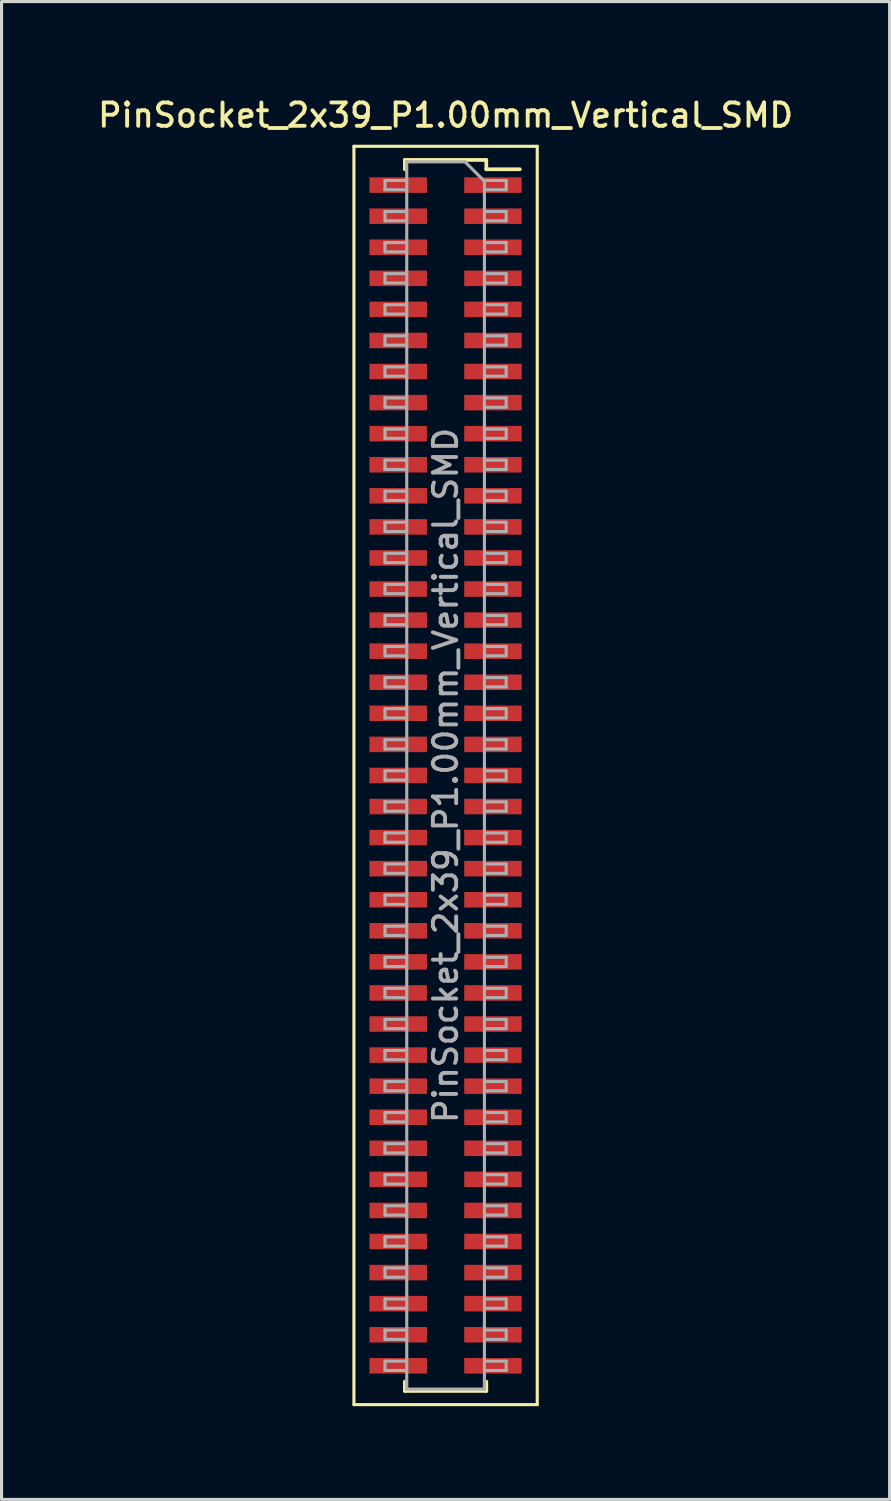
<source format=kicad_pcb>
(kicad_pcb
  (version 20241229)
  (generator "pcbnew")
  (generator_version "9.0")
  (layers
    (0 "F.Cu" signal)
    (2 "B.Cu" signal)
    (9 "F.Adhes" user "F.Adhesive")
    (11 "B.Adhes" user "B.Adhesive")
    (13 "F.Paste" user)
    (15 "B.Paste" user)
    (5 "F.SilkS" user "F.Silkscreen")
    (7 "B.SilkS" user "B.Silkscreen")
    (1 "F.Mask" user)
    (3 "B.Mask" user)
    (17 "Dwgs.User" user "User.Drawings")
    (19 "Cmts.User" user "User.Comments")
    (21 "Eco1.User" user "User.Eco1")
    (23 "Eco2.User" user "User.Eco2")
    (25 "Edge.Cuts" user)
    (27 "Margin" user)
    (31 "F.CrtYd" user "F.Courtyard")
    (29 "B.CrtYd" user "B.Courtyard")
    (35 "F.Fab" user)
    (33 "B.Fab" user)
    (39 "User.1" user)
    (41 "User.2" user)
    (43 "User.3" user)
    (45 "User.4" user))
  (footprint "PinSocket_2x39_P1.00mm_Vertical_SMD"
    (layer "F.Cu")
    (at 11.291 21.908)
    (property "Reference" "PinSocket_2x39_P1.00mm_Vertical_SMD" (at 0 -21.25 0) (layer "F.SilkS") (effects (font (size 0.75 0.75) (thickness 0.125))))
    (attr smd)
    (fp_line (start -2.95 -20.25) (end 2.95 -20.25) (stroke (width 0.1) (type solid)) (layer "F.SilkS"))
    (fp_line (start -2.95 20.25) (end -2.95 -20.25) (stroke (width 0.1) (type solid)) (layer "F.SilkS"))
    (fp_line (start -1.31 -19.81) (end -1.31 -19.51) (stroke (width 0.12) (type solid)) (layer "F.SilkS"))
    (fp_line (start -1.31 -19.81) (end 1.31 -19.81) (stroke (width 0.12) (type solid)) (layer "F.SilkS"))
    (fp_line (start -1.31 19.51) (end -1.31 19.81) (stroke (width 0.12) (type solid)) (layer "F.SilkS"))
    (fp_line (start -1.31 19.81) (end 1.31 19.81) (stroke (width 0.12) (type solid)) (layer "F.SilkS"))
    (fp_line (start 1.31 -19.81) (end 1.31 -19.51) (stroke (width 0.12) (type solid)) (layer "F.SilkS"))
    (fp_line (start 1.31 -19.51) (end 2.39 -19.51) (stroke (width 0.12) (type solid)) (layer "F.SilkS"))
    (fp_line (start 1.31 19.51) (end 1.31 19.81) (stroke (width 0.12) (type solid)) (layer "F.SilkS"))
    (fp_line (start 2.95 -20.25) (end 2.95 20.25) (stroke (width 0.1) (type solid)) (layer "F.SilkS"))
    (fp_line (start 2.95 20.25) (end -2.95 20.25) (stroke (width 0.1) (type solid)) (layer "F.SilkS"))
    (fp_line (start -1.95 -19.15) (end -1.25 -19.15) (stroke (width 0.1) (type solid)) (layer "F.Fab"))
    (fp_line (start -1.95 -18.85) (end -1.95 -19.15) (stroke (width 0.1) (type solid)) (layer "F.Fab"))
    (fp_line (start -1.95 -18.15) (end -1.25 -18.15) (stroke (width 0.1) (type solid)) (layer "F.Fab"))
    (fp_line (start -1.95 -17.85) (end -1.95 -18.15) (stroke (width 0.1) (type solid)) (layer "F.Fab"))
    (fp_line (start -1.95 -17.15) (end -1.25 -17.15) (stroke (width 0.1) (type solid)) (layer "F.Fab"))
    (fp_line (start -1.95 -16.85) (end -1.95 -17.15) (stroke (width 0.1) (type solid)) (layer "F.Fab"))
    (fp_line (start -1.95 -16.15) (end -1.25 -16.15) (stroke (width 0.1) (type solid)) (layer "F.Fab"))
    (fp_line (start -1.95 -15.85) (end -1.95 -16.15) (stroke (width 0.1) (type solid)) (layer "F.Fab"))
    (fp_line (start -1.95 -15.15) (end -1.25 -15.15) (stroke (width 0.1) (type solid)) (layer "F.Fab"))
    (fp_line (start -1.95 -14.85) (end -1.95 -15.15) (stroke (width 0.1) (type solid)) (layer "F.Fab"))
    (fp_line (start -1.95 -14.15) (end -1.25 -14.15) (stroke (width 0.1) (type solid)) (layer "F.Fab"))
    (fp_line (start -1.95 -13.85) (end -1.95 -14.15) (stroke (width 0.1) (type solid)) (layer "F.Fab"))
    (fp_line (start -1.95 -13.15) (end -1.25 -13.15) (stroke (width 0.1) (type solid)) (layer "F.Fab"))
    (fp_line (start -1.95 -12.85) (end -1.95 -13.15) (stroke (width 0.1) (type solid)) (layer "F.Fab"))
    (fp_line (start -1.95 -12.15) (end -1.25 -12.15) (stroke (width 0.1) (type solid)) (layer "F.Fab"))
    (fp_line (start -1.95 -11.85) (end -1.95 -12.15) (stroke (width 0.1) (type solid)) (layer "F.Fab"))
    (fp_line (start -1.95 -11.15) (end -1.25 -11.15) (stroke (width 0.1) (type solid)) (layer "F.Fab"))
    (fp_line (start -1.95 -10.85) (end -1.95 -11.15) (stroke (width 0.1) (type solid)) (layer "F.Fab"))
    (fp_line (start -1.95 -10.15) (end -1.25 -10.15) (stroke (width 0.1) (type solid)) (layer "F.Fab"))
    (fp_line (start -1.95 -9.85) (end -1.95 -10.15) (stroke (width 0.1) (type solid)) (layer "F.Fab"))
    (fp_line (start -1.95 -9.15) (end -1.25 -9.15) (stroke (width 0.1) (type solid)) (layer "F.Fab"))
    (fp_line (start -1.95 -8.85) (end -1.95 -9.15) (stroke (width 0.1) (type solid)) (layer "F.Fab"))
    (fp_line (start -1.95 -8.15) (end -1.25 -8.15) (stroke (width 0.1) (type solid)) (layer "F.Fab"))
    (fp_line (start -1.95 -7.85) (end -1.95 -8.15) (stroke (width 0.1) (type solid)) (layer "F.Fab"))
    (fp_line (start -1.95 -7.15) (end -1.25 -7.15) (stroke (width 0.1) (type solid)) (layer "F.Fab"))
    (fp_line (start -1.95 -6.85) (end -1.95 -7.15) (stroke (width 0.1) (type solid)) (layer "F.Fab"))
    (fp_line (start -1.95 -6.15) (end -1.25 -6.15) (stroke (width 0.1) (type solid)) (layer "F.Fab"))
    (fp_line (start -1.95 -5.85) (end -1.95 -6.15) (stroke (width 0.1) (type solid)) (layer "F.Fab"))
    (fp_line (start -1.95 -5.15) (end -1.25 -5.15) (stroke (width 0.1) (type solid)) (layer "F.Fab"))
    (fp_line (start -1.95 -4.85) (end -1.95 -5.15) (stroke (width 0.1) (type solid)) (layer "F.Fab"))
    (fp_line (start -1.95 -4.15) (end -1.25 -4.15) (stroke (width 0.1) (type solid)) (layer "F.Fab"))
    (fp_line (start -1.95 -3.85) (end -1.95 -4.15) (stroke (width 0.1) (type solid)) (layer "F.Fab"))
    (fp_line (start -1.95 -3.15) (end -1.25 -3.15) (stroke (width 0.1) (type solid)) (layer "F.Fab"))
    (fp_line (start -1.95 -2.85) (end -1.95 -3.15) (stroke (width 0.1) (type solid)) (layer "F.Fab"))
    (fp_line (start -1.95 -2.15) (end -1.25 -2.15) (stroke (width 0.1) (type solid)) (layer "F.Fab"))
    (fp_line (start -1.95 -1.85) (end -1.95 -2.15) (stroke (width 0.1) (type solid)) (layer "F.Fab"))
    (fp_line (start -1.95 -1.15) (end -1.25 -1.15) (stroke (width 0.1) (type solid)) (layer "F.Fab"))
    (fp_line (start -1.95 -0.85) (end -1.95 -1.15) (stroke (width 0.1) (type solid)) (layer "F.Fab"))
    (fp_line (start -1.95 -0.15) (end -1.25 -0.15) (stroke (width 0.1) (type solid)) (layer "F.Fab"))
    (fp_line (start -1.95 0.15) (end -1.95 -0.15) (stroke (width 0.1) (type solid)) (layer "F.Fab"))
    (fp_line (start -1.95 0.85) (end -1.25 0.85) (stroke (width 0.1) (type solid)) (layer "F.Fab"))
    (fp_line (start -1.95 1.15) (end -1.95 0.85) (stroke (width 0.1) (type solid)) (layer "F.Fab"))
    (fp_line (start -1.95 1.85) (end -1.25 1.85) (stroke (width 0.1) (type solid)) (layer "F.Fab"))
    (fp_line (start -1.95 2.15) (end -1.95 1.85) (stroke (width 0.1) (type solid)) (layer "F.Fab"))
    (fp_line (start -1.95 2.85) (end -1.25 2.85) (stroke (width 0.1) (type solid)) (layer "F.Fab"))
    (fp_line (start -1.95 3.15) (end -1.95 2.85) (stroke (width 0.1) (type solid)) (layer "F.Fab"))
    (fp_line (start -1.95 3.85) (end -1.25 3.85) (stroke (width 0.1) (type solid)) (layer "F.Fab"))
    (fp_line (start -1.95 4.15) (end -1.95 3.85) (stroke (width 0.1) (type solid)) (layer "F.Fab"))
    (fp_line (start -1.95 4.85) (end -1.25 4.85) (stroke (width 0.1) (type solid)) (layer "F.Fab"))
    (fp_line (start -1.95 5.15) (end -1.95 4.85) (stroke (width 0.1) (type solid)) (layer "F.Fab"))
    (fp_line (start -1.95 5.85) (end -1.25 5.85) (stroke (width 0.1) (type solid)) (layer "F.Fab"))
    (fp_line (start -1.95 6.15) (end -1.95 5.85) (stroke (width 0.1) (type solid)) (layer "F.Fab"))
    (fp_line (start -1.95 6.85) (end -1.25 6.85) (stroke (width 0.1) (type solid)) (layer "F.Fab"))
    (fp_line (start -1.95 7.15) (end -1.95 6.85) (stroke (width 0.1) (type solid)) (layer "F.Fab"))
    (fp_line (start -1.95 7.85) (end -1.25 7.85) (stroke (width 0.1) (type solid)) (layer "F.Fab"))
    (fp_line (start -1.95 8.15) (end -1.95 7.85) (stroke (width 0.1) (type solid)) (layer "F.Fab"))
    (fp_line (start -1.95 8.85) (end -1.25 8.85) (stroke (width 0.1) (type solid)) (layer "F.Fab"))
    (fp_line (start -1.95 9.15) (end -1.95 8.85) (stroke (width 0.1) (type solid)) (layer "F.Fab"))
    (fp_line (start -1.95 9.85) (end -1.25 9.85) (stroke (width 0.1) (type solid)) (layer "F.Fab"))
    (fp_line (start -1.95 10.15) (end -1.95 9.85) (stroke (width 0.1) (type solid)) (layer "F.Fab"))
    (fp_line (start -1.95 10.85) (end -1.25 10.85) (stroke (width 0.1) (type solid)) (layer "F.Fab"))
    (fp_line (start -1.95 11.15) (end -1.95 10.85) (stroke (width 0.1) (type solid)) (layer "F.Fab"))
    (fp_line (start -1.95 11.85) (end -1.25 11.85) (stroke (width 0.1) (type solid)) (layer "F.Fab"))
    (fp_line (start -1.95 12.15) (end -1.95 11.85) (stroke (width 0.1) (type solid)) (layer "F.Fab"))
    (fp_line (start -1.95 12.85) (end -1.25 12.85) (stroke (width 0.1) (type solid)) (layer "F.Fab"))
    (fp_line (start -1.95 13.15) (end -1.95 12.85) (stroke (width 0.1) (type solid)) (layer "F.Fab"))
    (fp_line (start -1.95 13.85) (end -1.25 13.85) (stroke (width 0.1) (type solid)) (layer "F.Fab"))
    (fp_line (start -1.95 14.15) (end -1.95 13.85) (stroke (width 0.1) (type solid)) (layer "F.Fab"))
    (fp_line (start -1.95 14.85) (end -1.25 14.85) (stroke (width 0.1) (type solid)) (layer "F.Fab"))
    (fp_line (start -1.95 15.15) (end -1.95 14.85) (stroke (width 0.1) (type solid)) (layer "F.Fab"))
    (fp_line (start -1.95 15.85) (end -1.25 15.85) (stroke (width 0.1) (type solid)) (layer "F.Fab"))
    (fp_line (start -1.95 16.15) (end -1.95 15.85) (stroke (width 0.1) (type solid)) (layer "F.Fab"))
    (fp_line (start -1.95 16.85) (end -1.25 16.85) (stroke (width 0.1) (type solid)) (layer "F.Fab"))
    (fp_line (start -1.95 17.15) (end -1.95 16.85) (stroke (width 0.1) (type solid)) (layer "F.Fab"))
    (fp_line (start -1.95 17.85) (end -1.25 17.85) (stroke (width 0.1) (type solid)) (layer "F.Fab"))
    (fp_line (start -1.95 18.15) (end -1.95 17.85) (stroke (width 0.1) (type solid)) (layer "F.Fab"))
    (fp_line (start -1.95 18.85) (end -1.25 18.85) (stroke (width 0.1) (type solid)) (layer "F.Fab"))
    (fp_line (start -1.95 19.15) (end -1.95 18.85) (stroke (width 0.1) (type solid)) (layer "F.Fab"))
    (fp_line (start -1.25 -19.75) (end 0.625 -19.75) (stroke (width 0.1) (type solid)) (layer "F.Fab"))
    (fp_line (start -1.25 -18.85) (end -1.95 -18.85) (stroke (width 0.1) (type solid)) (layer "F.Fab"))
    (fp_line (start -1.25 -17.85) (end -1.95 -17.85) (stroke (width 0.1) (type solid)) (layer "F.Fab"))
    (fp_line (start -1.25 -16.85) (end -1.95 -16.85) (stroke (width 0.1) (type solid)) (layer "F.Fab"))
    (fp_line (start -1.25 -15.85) (end -1.95 -15.85) (stroke (width 0.1) (type solid)) (layer "F.Fab"))
    (fp_line (start -1.25 -14.85) (end -1.95 -14.85) (stroke (width 0.1) (type solid)) (layer "F.Fab"))
    (fp_line (start -1.25 -13.85) (end -1.95 -13.85) (stroke (width 0.1) (type solid)) (layer "F.Fab"))
    (fp_line (start -1.25 -12.85) (end -1.95 -12.85) (stroke (width 0.1) (type solid)) (layer "F.Fab"))
    (fp_line (start -1.25 -11.85) (end -1.95 -11.85) (stroke (width 0.1) (type solid)) (layer "F.Fab"))
    (fp_line (start -1.25 -10.85) (end -1.95 -10.85) (stroke (width 0.1) (type solid)) (layer "F.Fab"))
    (fp_line (start -1.25 -9.85) (end -1.95 -9.85) (stroke (width 0.1) (type solid)) (layer "F.Fab"))
    (fp_line (start -1.25 -8.85) (end -1.95 -8.85) (stroke (width 0.1) (type solid)) (layer "F.Fab"))
    (fp_line (start -1.25 -7.85) (end -1.95 -7.85) (stroke (width 0.1) (type solid)) (layer "F.Fab"))
    (fp_line (start -1.25 -6.85) (end -1.95 -6.85) (stroke (width 0.1) (type solid)) (layer "F.Fab"))
    (fp_line (start -1.25 -5.85) (end -1.95 -5.85) (stroke (width 0.1) (type solid)) (layer "F.Fab"))
    (fp_line (start -1.25 -4.85) (end -1.95 -4.85) (stroke (width 0.1) (type solid)) (layer "F.Fab"))
    (fp_line (start -1.25 -3.85) (end -1.95 -3.85) (stroke (width 0.1) (type solid)) (layer "F.Fab"))
    (fp_line (start -1.25 -2.85) (end -1.95 -2.85) (stroke (width 0.1) (type solid)) (layer "F.Fab"))
    (fp_line (start -1.25 -1.85) (end -1.95 -1.85) (stroke (width 0.1) (type solid)) (layer "F.Fab"))
    (fp_line (start -1.25 -0.85) (end -1.95 -0.85) (stroke (width 0.1) (type solid)) (layer "F.Fab"))
    (fp_line (start -1.25 0.15) (end -1.95 0.15) (stroke (width 0.1) (type solid)) (layer "F.Fab"))
    (fp_line (start -1.25 1.15) (end -1.95 1.15) (stroke (width 0.1) (type solid)) (layer "F.Fab"))
    (fp_line (start -1.25 2.15) (end -1.95 2.15) (stroke (width 0.1) (type solid)) (layer "F.Fab"))
    (fp_line (start -1.25 3.15) (end -1.95 3.15) (stroke (width 0.1) (type solid)) (layer "F.Fab"))
    (fp_line (start -1.25 4.15) (end -1.95 4.15) (stroke (width 0.1) (type solid)) (layer "F.Fab"))
    (fp_line (start -1.25 5.15) (end -1.95 5.15) (stroke (width 0.1) (type solid)) (layer "F.Fab"))
    (fp_line (start -1.25 6.15) (end -1.95 6.15) (stroke (width 0.1) (type solid)) (layer "F.Fab"))
    (fp_line (start -1.25 7.15) (end -1.95 7.15) (stroke (width 0.1) (type solid)) (layer "F.Fab"))
    (fp_line (start -1.25 8.15) (end -1.95 8.15) (stroke (width 0.1) (type solid)) (layer "F.Fab"))
    (fp_line (start -1.25 9.15) (end -1.95 9.15) (stroke (width 0.1) (type solid)) (layer "F.Fab"))
    (fp_line (start -1.25 10.15) (end -1.95 10.15) (stroke (width 0.1) (type solid)) (layer "F.Fab"))
    (fp_line (start -1.25 11.15) (end -1.95 11.15) (stroke (width 0.1) (type solid)) (layer "F.Fab"))
    (fp_line (start -1.25 12.15) (end -1.95 12.15) (stroke (width 0.1) (type solid)) (layer "F.Fab"))
    (fp_line (start -1.25 13.15) (end -1.95 13.15) (stroke (width 0.1) (type solid)) (layer "F.Fab"))
    (fp_line (start -1.25 14.15) (end -1.95 14.15) (stroke (width 0.1) (type solid)) (layer "F.Fab"))
    (fp_line (start -1.25 15.15) (end -1.95 15.15) (stroke (width 0.1) (type solid)) (layer "F.Fab"))
    (fp_line (start -1.25 16.15) (end -1.95 16.15) (stroke (width 0.1) (type solid)) (layer "F.Fab"))
    (fp_line (start -1.25 17.15) (end -1.95 17.15) (stroke (width 0.1) (type solid)) (layer "F.Fab"))
    (fp_line (start -1.25 18.15) (end -1.95 18.15) (stroke (width 0.1) (type solid)) (layer "F.Fab"))
    (fp_line (start -1.25 19.15) (end -1.95 19.15) (stroke (width 0.1) (type solid)) (layer "F.Fab"))
    (fp_line (start -1.25 19.75) (end -1.25 -19.75) (stroke (width 0.1) (type solid)) (layer "F.Fab"))
    (fp_line (start 0.625 -19.75) (end 1.25 -19.125) (stroke (width 0.1) (type solid)) (layer "F.Fab"))
    (fp_line (start 1.25 -19.15) (end 1.95 -19.15) (stroke (width 0.1) (type solid)) (layer "F.Fab"))
    (fp_line (start 1.25 -19.125) (end 1.25 19.75) (stroke (width 0.1) (type solid)) (layer "F.Fab"))
    (fp_line (start 1.25 -18.15) (end 1.95 -18.15) (stroke (width 0.1) (type solid)) (layer "F.Fab"))
    (fp_line (start 1.25 -17.15) (end 1.95 -17.15) (stroke (width 0.1) (type solid)) (layer "F.Fab"))
    (fp_line (start 1.25 -16.15) (end 1.95 -16.15) (stroke (width 0.1) (type solid)) (layer "F.Fab"))
    (fp_line (start 1.25 -15.15) (end 1.95 -15.15) (stroke (width 0.1) (type solid)) (layer "F.Fab"))
    (fp_line (start 1.25 -14.15) (end 1.95 -14.15) (stroke (width 0.1) (type solid)) (layer "F.Fab"))
    (fp_line (start 1.25 -13.15) (end 1.95 -13.15) (stroke (width 0.1) (type solid)) (layer "F.Fab"))
    (fp_line (start 1.25 -12.15) (end 1.95 -12.15) (stroke (width 0.1) (type solid)) (layer "F.Fab"))
    (fp_line (start 1.25 -11.15) (end 1.95 -11.15) (stroke (width 0.1) (type solid)) (layer "F.Fab"))
    (fp_line (start 1.25 -10.15) (end 1.95 -10.15) (stroke (width 0.1) (type solid)) (layer "F.Fab"))
    (fp_line (start 1.25 -9.15) (end 1.95 -9.15) (stroke (width 0.1) (type solid)) (layer "F.Fab"))
    (fp_line (start 1.25 -8.15) (end 1.95 -8.15) (stroke (width 0.1) (type solid)) (layer "F.Fab"))
    (fp_line (start 1.25 -7.15) (end 1.95 -7.15) (stroke (width 0.1) (type solid)) (layer "F.Fab"))
    (fp_line (start 1.25 -6.15) (end 1.95 -6.15) (stroke (width 0.1) (type solid)) (layer "F.Fab"))
    (fp_line (start 1.25 -5.15) (end 1.95 -5.15) (stroke (width 0.1) (type solid)) (layer "F.Fab"))
    (fp_line (start 1.25 -4.15) (end 1.95 -4.15) (stroke (width 0.1) (type solid)) (layer "F.Fab"))
    (fp_line (start 1.25 -3.15) (end 1.95 -3.15) (stroke (width 0.1) (type solid)) (layer "F.Fab"))
    (fp_line (start 1.25 -2.15) (end 1.95 -2.15) (stroke (width 0.1) (type solid)) (layer "F.Fab"))
    (fp_line (start 1.25 -1.15) (end 1.95 -1.15) (stroke (width 0.1) (type solid)) (layer "F.Fab"))
    (fp_line (start 1.25 -0.15) (end 1.95 -0.15) (stroke (width 0.1) (type solid)) (layer "F.Fab"))
    (fp_line (start 1.25 0.85) (end 1.95 0.85) (stroke (width 0.1) (type solid)) (layer "F.Fab"))
    (fp_line (start 1.25 1.85) (end 1.95 1.85) (stroke (width 0.1) (type solid)) (layer "F.Fab"))
    (fp_line (start 1.25 2.85) (end 1.95 2.85) (stroke (width 0.1) (type solid)) (layer "F.Fab"))
    (fp_line (start 1.25 3.85) (end 1.95 3.85) (stroke (width 0.1) (type solid)) (layer "F.Fab"))
    (fp_line (start 1.25 4.85) (end 1.95 4.85) (stroke (width 0.1) (type solid)) (layer "F.Fab"))
    (fp_line (start 1.25 5.85) (end 1.95 5.85) (stroke (width 0.1) (type solid)) (layer "F.Fab"))
    (fp_line (start 1.25 6.85) (end 1.95 6.85) (stroke (width 0.1) (type solid)) (layer "F.Fab"))
    (fp_line (start 1.25 7.85) (end 1.95 7.85) (stroke (width 0.1) (type solid)) (layer "F.Fab"))
    (fp_line (start 1.25 8.85) (end 1.95 8.85) (stroke (width 0.1) (type solid)) (layer "F.Fab"))
    (fp_line (start 1.25 9.85) (end 1.95 9.85) (stroke (width 0.1) (type solid)) (layer "F.Fab"))
    (fp_line (start 1.25 10.85) (end 1.95 10.85) (stroke (width 0.1) (type solid)) (layer "F.Fab"))
    (fp_line (start 1.25 11.85) (end 1.95 11.85) (stroke (width 0.1) (type solid)) (layer "F.Fab"))
    (fp_line (start 1.25 12.85) (end 1.95 12.85) (stroke (width 0.1) (type solid)) (layer "F.Fab"))
    (fp_line (start 1.25 13.85) (end 1.95 13.85) (stroke (width 0.1) (type solid)) (layer "F.Fab"))
    (fp_line (start 1.25 14.85) (end 1.95 14.85) (stroke (width 0.1) (type solid)) (layer "F.Fab"))
    (fp_line (start 1.25 15.85) (end 1.95 15.85) (stroke (width 0.1) (type solid)) (layer "F.Fab"))
    (fp_line (start 1.25 16.85) (end 1.95 16.85) (stroke (width 0.1) (type solid)) (layer "F.Fab"))
    (fp_line (start 1.25 17.85) (end 1.95 17.85) (stroke (width 0.1) (type solid)) (layer "F.Fab"))
    (fp_line (start 1.25 18.85) (end 1.95 18.85) (stroke (width 0.1) (type solid)) (layer "F.Fab"))
    (fp_line (start 1.25 19.75) (end -1.25 19.75) (stroke (width 0.1) (type solid)) (layer "F.Fab"))
    (fp_line (start 1.95 -19.15) (end 1.95 -18.85) (stroke (width 0.1) (type solid)) (layer "F.Fab"))
    (fp_line (start 1.95 -18.85) (end 1.25 -18.85) (stroke (width 0.1) (type solid)) (layer "F.Fab"))
    (fp_line (start 1.95 -18.15) (end 1.95 -17.85) (stroke (width 0.1) (type solid)) (layer "F.Fab"))
    (fp_line (start 1.95 -17.85) (end 1.25 -17.85) (stroke (width 0.1) (type solid)) (layer "F.Fab"))
    (fp_line (start 1.95 -17.15) (end 1.95 -16.85) (stroke (width 0.1) (type solid)) (layer "F.Fab"))
    (fp_line (start 1.95 -16.85) (end 1.25 -16.85) (stroke (width 0.1) (type solid)) (layer "F.Fab"))
    (fp_line (start 1.95 -16.15) (end 1.95 -15.85) (stroke (width 0.1) (type solid)) (layer "F.Fab"))
    (fp_line (start 1.95 -15.85) (end 1.25 -15.85) (stroke (width 0.1) (type solid)) (layer "F.Fab"))
    (fp_line (start 1.95 -15.15) (end 1.95 -14.85) (stroke (width 0.1) (type solid)) (layer "F.Fab"))
    (fp_line (start 1.95 -14.85) (end 1.25 -14.85) (stroke (width 0.1) (type solid)) (layer "F.Fab"))
    (fp_line (start 1.95 -14.15) (end 1.95 -13.85) (stroke (width 0.1) (type solid)) (layer "F.Fab"))
    (fp_line (start 1.95 -13.85) (end 1.25 -13.85) (stroke (width 0.1) (type solid)) (layer "F.Fab"))
    (fp_line (start 1.95 -13.15) (end 1.95 -12.85) (stroke (width 0.1) (type solid)) (layer "F.Fab"))
    (fp_line (start 1.95 -12.85) (end 1.25 -12.85) (stroke (width 0.1) (type solid)) (layer "F.Fab"))
    (fp_line (start 1.95 -12.15) (end 1.95 -11.85) (stroke (width 0.1) (type solid)) (layer "F.Fab"))
    (fp_line (start 1.95 -11.85) (end 1.25 -11.85) (stroke (width 0.1) (type solid)) (layer "F.Fab"))
    (fp_line (start 1.95 -11.15) (end 1.95 -10.85) (stroke (width 0.1) (type solid)) (layer "F.Fab"))
    (fp_line (start 1.95 -10.85) (end 1.25 -10.85) (stroke (width 0.1) (type solid)) (layer "F.Fab"))
    (fp_line (start 1.95 -10.15) (end 1.95 -9.85) (stroke (width 0.1) (type solid)) (layer "F.Fab"))
    (fp_line (start 1.95 -9.85) (end 1.25 -9.85) (stroke (width 0.1) (type solid)) (layer "F.Fab"))
    (fp_line (start 1.95 -9.15) (end 1.95 -8.85) (stroke (width 0.1) (type solid)) (layer "F.Fab"))
    (fp_line (start 1.95 -8.85) (end 1.25 -8.85) (stroke (width 0.1) (type solid)) (layer "F.Fab"))
    (fp_line (start 1.95 -8.15) (end 1.95 -7.85) (stroke (width 0.1) (type solid)) (layer "F.Fab"))
    (fp_line (start 1.95 -7.85) (end 1.25 -7.85) (stroke (width 0.1) (type solid)) (layer "F.Fab"))
    (fp_line (start 1.95 -7.15) (end 1.95 -6.85) (stroke (width 0.1) (type solid)) (layer "F.Fab"))
    (fp_line (start 1.95 -6.85) (end 1.25 -6.85) (stroke (width 0.1) (type solid)) (layer "F.Fab"))
    (fp_line (start 1.95 -6.15) (end 1.95 -5.85) (stroke (width 0.1) (type solid)) (layer "F.Fab"))
    (fp_line (start 1.95 -5.85) (end 1.25 -5.85) (stroke (width 0.1) (type solid)) (layer "F.Fab"))
    (fp_line (start 1.95 -5.15) (end 1.95 -4.85) (stroke (width 0.1) (type solid)) (layer "F.Fab"))
    (fp_line (start 1.95 -4.85) (end 1.25 -4.85) (stroke (width 0.1) (type solid)) (layer "F.Fab"))
    (fp_line (start 1.95 -4.15) (end 1.95 -3.85) (stroke (width 0.1) (type solid)) (layer "F.Fab"))
    (fp_line (start 1.95 -3.85) (end 1.25 -3.85) (stroke (width 0.1) (type solid)) (layer "F.Fab"))
    (fp_line (start 1.95 -3.15) (end 1.95 -2.85) (stroke (width 0.1) (type solid)) (layer "F.Fab"))
    (fp_line (start 1.95 -2.85) (end 1.25 -2.85) (stroke (width 0.1) (type solid)) (layer "F.Fab"))
    (fp_line (start 1.95 -2.15) (end 1.95 -1.85) (stroke (width 0.1) (type solid)) (layer "F.Fab"))
    (fp_line (start 1.95 -1.85) (end 1.25 -1.85) (stroke (width 0.1) (type solid)) (layer "F.Fab"))
    (fp_line (start 1.95 -1.15) (end 1.95 -0.85) (stroke (width 0.1) (type solid)) (layer "F.Fab"))
    (fp_line (start 1.95 -0.85) (end 1.25 -0.85) (stroke (width 0.1) (type solid)) (layer "F.Fab"))
    (fp_line (start 1.95 -0.15) (end 1.95 0.15) (stroke (width 0.1) (type solid)) (layer "F.Fab"))
    (fp_line (start 1.95 0.15) (end 1.25 0.15) (stroke (width 0.1) (type solid)) (layer "F.Fab"))
    (fp_line (start 1.95 0.85) (end 1.95 1.15) (stroke (width 0.1) (type solid)) (layer "F.Fab"))
    (fp_line (start 1.95 1.15) (end 1.25 1.15) (stroke (width 0.1) (type solid)) (layer "F.Fab"))
    (fp_line (start 1.95 1.85) (end 1.95 2.15) (stroke (width 0.1) (type solid)) (layer "F.Fab"))
    (fp_line (start 1.95 2.15) (end 1.25 2.15) (stroke (width 0.1) (type solid)) (layer "F.Fab"))
    (fp_line (start 1.95 2.85) (end 1.95 3.15) (stroke (width 0.1) (type solid)) (layer "F.Fab"))
    (fp_line (start 1.95 3.15) (end 1.25 3.15) (stroke (width 0.1) (type solid)) (layer "F.Fab"))
    (fp_line (start 1.95 3.85) (end 1.95 4.15) (stroke (width 0.1) (type solid)) (layer "F.Fab"))
    (fp_line (start 1.95 4.15) (end 1.25 4.15) (stroke (width 0.1) (type solid)) (layer "F.Fab"))
    (fp_line (start 1.95 4.85) (end 1.95 5.15) (stroke (width 0.1) (type solid)) (layer "F.Fab"))
    (fp_line (start 1.95 5.15) (end 1.25 5.15) (stroke (width 0.1) (type solid)) (layer "F.Fab"))
    (fp_line (start 1.95 5.85) (end 1.95 6.15) (stroke (width 0.1) (type solid)) (layer "F.Fab"))
    (fp_line (start 1.95 6.15) (end 1.25 6.15) (stroke (width 0.1) (type solid)) (layer "F.Fab"))
    (fp_line (start 1.95 6.85) (end 1.95 7.15) (stroke (width 0.1) (type solid)) (layer "F.Fab"))
    (fp_line (start 1.95 7.15) (end 1.25 7.15) (stroke (width 0.1) (type solid)) (layer "F.Fab"))
    (fp_line (start 1.95 7.85) (end 1.95 8.15) (stroke (width 0.1) (type solid)) (layer "F.Fab"))
    (fp_line (start 1.95 8.15) (end 1.25 8.15) (stroke (width 0.1) (type solid)) (layer "F.Fab"))
    (fp_line (start 1.95 8.85) (end 1.95 9.15) (stroke (width 0.1) (type solid)) (layer "F.Fab"))
    (fp_line (start 1.95 9.15) (end 1.25 9.15) (stroke (width 0.1) (type solid)) (layer "F.Fab"))
    (fp_line (start 1.95 9.85) (end 1.95 10.15) (stroke (width 0.1) (type solid)) (layer "F.Fab"))
    (fp_line (start 1.95 10.15) (end 1.25 10.15) (stroke (width 0.1) (type solid)) (layer "F.Fab"))
    (fp_line (start 1.95 10.85) (end 1.95 11.15) (stroke (width 0.1) (type solid)) (layer "F.Fab"))
    (fp_line (start 1.95 11.15) (end 1.25 11.15) (stroke (width 0.1) (type solid)) (layer "F.Fab"))
    (fp_line (start 1.95 11.85) (end 1.95 12.15) (stroke (width 0.1) (type solid)) (layer "F.Fab"))
    (fp_line (start 1.95 12.15) (end 1.25 12.15) (stroke (width 0.1) (type solid)) (layer "F.Fab"))
    (fp_line (start 1.95 12.85) (end 1.95 13.15) (stroke (width 0.1) (type solid)) (layer "F.Fab"))
    (fp_line (start 1.95 13.15) (end 1.25 13.15) (stroke (width 0.1) (type solid)) (layer "F.Fab"))
    (fp_line (start 1.95 13.85) (end 1.95 14.15) (stroke (width 0.1) (type solid)) (layer "F.Fab"))
    (fp_line (start 1.95 14.15) (end 1.25 14.15) (stroke (width 0.1) (type solid)) (layer "F.Fab"))
    (fp_line (start 1.95 14.85) (end 1.95 15.15) (stroke (width 0.1) (type solid)) (layer "F.Fab"))
    (fp_line (start 1.95 15.15) (end 1.25 15.15) (stroke (width 0.1) (type solid)) (layer "F.Fab"))
    (fp_line (start 1.95 15.85) (end 1.95 16.15) (stroke (width 0.1) (type solid)) (layer "F.Fab"))
    (fp_line (start 1.95 16.15) (end 1.25 16.15) (stroke (width 0.1) (type solid)) (layer "F.Fab"))
    (fp_line (start 1.95 16.85) (end 1.95 17.15) (stroke (width 0.1) (type solid)) (layer "F.Fab"))
    (fp_line (start 1.95 17.15) (end 1.25 17.15) (stroke (width 0.1) (type solid)) (layer "F.Fab"))
    (fp_line (start 1.95 17.85) (end 1.95 18.15) (stroke (width 0.1) (type solid)) (layer "F.Fab"))
    (fp_line (start 1.95 18.15) (end 1.25 18.15) (stroke (width 0.1) (type solid)) (layer "F.Fab"))
    (fp_line (start 1.95 18.85) (end 1.95 19.15) (stroke (width 0.1) (type solid)) (layer "F.Fab"))
    (fp_line (start 1.95 19.15) (end 1.25 19.15) (stroke (width 0.1) (type solid)) (layer "F.Fab"))
    (fp_text user "${REFERENCE}" (at 0 0 90) (layer "F.Fab") (effects (font (size 0.75 0.75) (thickness 0.125))))
    (pad "1" smd rect (at 1.525 -19) (size 1.85 0.5) (layers "F.Cu" "F.Mask" "F.Paste"))
    (pad "2" smd rect (at -1.525 -19) (size 1.85 0.5) (layers "F.Cu" "F.Mask" "F.Paste"))
    (pad "3" smd rect (at 1.525 -18) (size 1.85 0.5) (layers "F.Cu" "F.Mask" "F.Paste"))
    (pad "4" smd rect (at -1.525 -18) (size 1.85 0.5) (layers "F.Cu" "F.Mask" "F.Paste"))
    (pad "5" smd rect (at 1.525 -17) (size 1.85 0.5) (layers "F.Cu" "F.Mask" "F.Paste"))
    (pad "6" smd rect (at -1.525 -17) (size 1.85 0.5) (layers "F.Cu" "F.Mask" "F.Paste"))
    (pad "7" smd rect (at 1.525 -16) (size 1.85 0.5) (layers "F.Cu" "F.Mask" "F.Paste"))
    (pad "8" smd rect (at -1.525 -16) (size 1.85 0.5) (layers "F.Cu" "F.Mask" "F.Paste"))
    (pad "9" smd rect (at 1.525 -15) (size 1.85 0.5) (layers "F.Cu" "F.Mask" "F.Paste"))
    (pad "10" smd rect (at -1.525 -15) (size 1.85 0.5) (layers "F.Cu" "F.Mask" "F.Paste"))
    (pad "11" smd rect (at 1.525 -14) (size 1.85 0.5) (layers "F.Cu" "F.Mask" "F.Paste"))
    (pad "12" smd rect (at -1.525 -14) (size 1.85 0.5) (layers "F.Cu" "F.Mask" "F.Paste"))
    (pad "13" smd rect (at 1.525 -13) (size 1.85 0.5) (layers "F.Cu" "F.Mask" "F.Paste"))
    (pad "14" smd rect (at -1.525 -13) (size 1.85 0.5) (layers "F.Cu" "F.Mask" "F.Paste"))
    (pad "15" smd rect (at 1.525 -12) (size 1.85 0.5) (layers "F.Cu" "F.Mask" "F.Paste"))
    (pad "16" smd rect (at -1.525 -12) (size 1.85 0.5) (layers "F.Cu" "F.Mask" "F.Paste"))
    (pad "17" smd rect (at 1.525 -11) (size 1.85 0.5) (layers "F.Cu" "F.Mask" "F.Paste"))
    (pad "18" smd rect (at -1.525 -11) (size 1.85 0.5) (layers "F.Cu" "F.Mask" "F.Paste"))
    (pad "19" smd rect (at 1.525 -10) (size 1.85 0.5) (layers "F.Cu" "F.Mask" "F.Paste"))
    (pad "20" smd rect (at -1.525 -10) (size 1.85 0.5) (layers "F.Cu" "F.Mask" "F.Paste"))
    (pad "21" smd rect (at 1.525 -9) (size 1.85 0.5) (layers "F.Cu" "F.Mask" "F.Paste"))
    (pad "22" smd rect (at -1.525 -9) (size 1.85 0.5) (layers "F.Cu" "F.Mask" "F.Paste"))
    (pad "23" smd rect (at 1.525 -8) (size 1.85 0.5) (layers "F.Cu" "F.Mask" "F.Paste"))
    (pad "24" smd rect (at -1.525 -8) (size 1.85 0.5) (layers "F.Cu" "F.Mask" "F.Paste"))
    (pad "25" smd rect (at 1.525 -7) (size 1.85 0.5) (layers "F.Cu" "F.Mask" "F.Paste"))
    (pad "26" smd rect (at -1.525 -7) (size 1.85 0.5) (layers "F.Cu" "F.Mask" "F.Paste"))
    (pad "27" smd rect (at 1.525 -6) (size 1.85 0.5) (layers "F.Cu" "F.Mask" "F.Paste"))
    (pad "28" smd rect (at -1.525 -6) (size 1.85 0.5) (layers "F.Cu" "F.Mask" "F.Paste"))
    (pad "29" smd rect (at 1.525 -5) (size 1.85 0.5) (layers "F.Cu" "F.Mask" "F.Paste"))
    (pad "30" smd rect (at -1.525 -5) (size 1.85 0.5) (layers "F.Cu" "F.Mask" "F.Paste"))
    (pad "31" smd rect (at 1.525 -4) (size 1.85 0.5) (layers "F.Cu" "F.Mask" "F.Paste"))
    (pad "32" smd rect (at -1.525 -4) (size 1.85 0.5) (layers "F.Cu" "F.Mask" "F.Paste"))
    (pad "33" smd rect (at 1.525 -3) (size 1.85 0.5) (layers "F.Cu" "F.Mask" "F.Paste"))
    (pad "34" smd rect (at -1.525 -3) (size 1.85 0.5) (layers "F.Cu" "F.Mask" "F.Paste"))
    (pad "35" smd rect (at 1.525 -2) (size 1.85 0.5) (layers "F.Cu" "F.Mask" "F.Paste"))
    (pad "36" smd rect (at -1.525 -2) (size 1.85 0.5) (layers "F.Cu" "F.Mask" "F.Paste"))
    (pad "37" smd rect (at 1.525 -1) (size 1.85 0.5) (layers "F.Cu" "F.Mask" "F.Paste"))
    (pad "38" smd rect (at -1.525 -1) (size 1.85 0.5) (layers "F.Cu" "F.Mask" "F.Paste"))
    (pad "39" smd rect (at 1.525 0) (size 1.85 0.5) (layers "F.Cu" "F.Mask" "F.Paste"))
    (pad "40" smd rect (at -1.525 0) (size 1.85 0.5) (layers "F.Cu" "F.Mask" "F.Paste"))
    (pad "41" smd rect (at 1.525 1) (size 1.85 0.5) (layers "F.Cu" "F.Mask" "F.Paste"))
    (pad "42" smd rect (at -1.525 1) (size 1.85 0.5) (layers "F.Cu" "F.Mask" "F.Paste"))
    (pad "43" smd rect (at 1.525 2) (size 1.85 0.5) (layers "F.Cu" "F.Mask" "F.Paste"))
    (pad "44" smd rect (at -1.525 2) (size 1.85 0.5) (layers "F.Cu" "F.Mask" "F.Paste"))
    (pad "45" smd rect (at 1.525 3) (size 1.85 0.5) (layers "F.Cu" "F.Mask" "F.Paste"))
    (pad "46" smd rect (at -1.525 3) (size 1.85 0.5) (layers "F.Cu" "F.Mask" "F.Paste"))
    (pad "47" smd rect (at 1.525 4) (size 1.85 0.5) (layers "F.Cu" "F.Mask" "F.Paste"))
    (pad "48" smd rect (at -1.525 4) (size 1.85 0.5) (layers "F.Cu" "F.Mask" "F.Paste"))
    (pad "49" smd rect (at 1.525 5) (size 1.85 0.5) (layers "F.Cu" "F.Mask" "F.Paste"))
    (pad "50" smd rect (at -1.525 5) (size 1.85 0.5) (layers "F.Cu" "F.Mask" "F.Paste"))
    (pad "51" smd rect (at 1.525 6) (size 1.85 0.5) (layers "F.Cu" "F.Mask" "F.Paste"))
    (pad "52" smd rect (at -1.525 6) (size 1.85 0.5) (layers "F.Cu" "F.Mask" "F.Paste"))
    (pad "53" smd rect (at 1.525 7) (size 1.85 0.5) (layers "F.Cu" "F.Mask" "F.Paste"))
    (pad "54" smd rect (at -1.525 7) (size 1.85 0.5) (layers "F.Cu" "F.Mask" "F.Paste"))
    (pad "55" smd rect (at 1.525 8) (size 1.85 0.5) (layers "F.Cu" "F.Mask" "F.Paste"))
    (pad "56" smd rect (at -1.525 8) (size 1.85 0.5) (layers "F.Cu" "F.Mask" "F.Paste"))
    (pad "57" smd rect (at 1.525 9) (size 1.85 0.5) (layers "F.Cu" "F.Mask" "F.Paste"))
    (pad "58" smd rect (at -1.525 9) (size 1.85 0.5) (layers "F.Cu" "F.Mask" "F.Paste"))
    (pad "59" smd rect (at 1.525 10) (size 1.85 0.5) (layers "F.Cu" "F.Mask" "F.Paste"))
    (pad "60" smd rect (at -1.525 10) (size 1.85 0.5) (layers "F.Cu" "F.Mask" "F.Paste"))
    (pad "61" smd rect (at 1.525 11) (size 1.85 0.5) (layers "F.Cu" "F.Mask" "F.Paste"))
    (pad "62" smd rect (at -1.525 11) (size 1.85 0.5) (layers "F.Cu" "F.Mask" "F.Paste"))
    (pad "63" smd rect (at 1.525 12) (size 1.85 0.5) (layers "F.Cu" "F.Mask" "F.Paste"))
    (pad "64" smd rect (at -1.525 12) (size 1.85 0.5) (layers "F.Cu" "F.Mask" "F.Paste"))
    (pad "65" smd rect (at 1.525 13) (size 1.85 0.5) (layers "F.Cu" "F.Mask" "F.Paste"))
    (pad "66" smd rect (at -1.525 13) (size 1.85 0.5) (layers "F.Cu" "F.Mask" "F.Paste"))
    (pad "67" smd rect (at 1.525 14) (size 1.85 0.5) (layers "F.Cu" "F.Mask" "F.Paste"))
    (pad "68" smd rect (at -1.525 14) (size 1.85 0.5) (layers "F.Cu" "F.Mask" "F.Paste"))
    (pad "69" smd rect (at 1.525 15) (size 1.85 0.5) (layers "F.Cu" "F.Mask" "F.Paste"))
    (pad "70" smd rect (at -1.525 15) (size 1.85 0.5) (layers "F.Cu" "F.Mask" "F.Paste"))
    (pad "71" smd rect (at 1.525 16) (size 1.85 0.5) (layers "F.Cu" "F.Mask" "F.Paste"))
    (pad "72" smd rect (at -1.525 16) (size 1.85 0.5) (layers "F.Cu" "F.Mask" "F.Paste"))
    (pad "73" smd rect (at 1.525 17) (size 1.85 0.5) (layers "F.Cu" "F.Mask" "F.Paste"))
    (pad "74" smd rect (at -1.525 17) (size 1.85 0.5) (layers "F.Cu" "F.Mask" "F.Paste"))
    (pad "75" smd rect (at 1.525 18) (size 1.85 0.5) (layers "F.Cu" "F.Mask" "F.Paste"))
    (pad "76" smd rect (at -1.525 18) (size 1.85 0.5) (layers "F.Cu" "F.Mask" "F.Paste"))
    (pad "77" smd rect (at 1.525 19) (size 1.85 0.5) (layers "F.Cu" "F.Mask" "F.Paste"))
    (pad "78" smd rect (at -1.525 19) (size 1.85 0.5) (layers "F.Cu" "F.Mask" "F.Paste")))
  (gr_rect
    (start -3 -3)
    (end 25.582 45.208)
    (stroke (width 0.1) (type default))
    (fill no)
    (layer "Edge.Cuts")))
</source>
